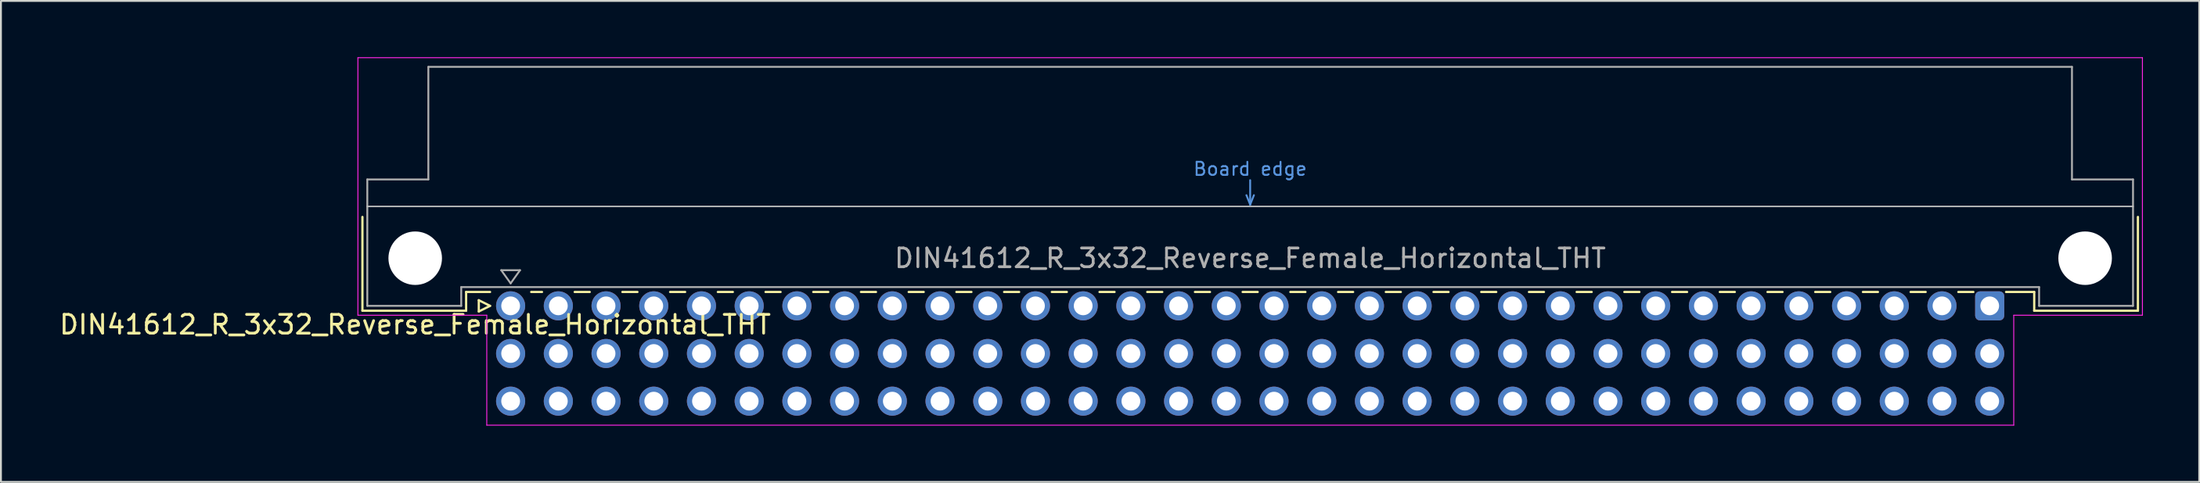
<source format=kicad_pcb>
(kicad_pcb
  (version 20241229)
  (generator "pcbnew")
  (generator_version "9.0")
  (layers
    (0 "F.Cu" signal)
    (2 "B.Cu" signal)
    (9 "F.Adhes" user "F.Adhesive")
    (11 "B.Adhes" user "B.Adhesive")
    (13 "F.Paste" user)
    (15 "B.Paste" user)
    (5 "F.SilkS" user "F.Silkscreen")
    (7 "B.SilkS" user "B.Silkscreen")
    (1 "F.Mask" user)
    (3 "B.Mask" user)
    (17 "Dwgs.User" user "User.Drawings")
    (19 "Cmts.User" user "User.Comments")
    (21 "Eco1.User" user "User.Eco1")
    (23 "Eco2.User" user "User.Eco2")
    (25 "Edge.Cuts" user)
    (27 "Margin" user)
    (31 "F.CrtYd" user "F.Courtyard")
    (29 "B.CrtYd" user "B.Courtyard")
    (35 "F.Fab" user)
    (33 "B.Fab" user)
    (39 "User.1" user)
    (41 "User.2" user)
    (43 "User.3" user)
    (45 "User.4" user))
  (footprint "DIN41612_R_3x32_Reverse_Female_Horizontal_THT"
    (layer "F.Cu")
    (at 24.134 13.255)
    (property "Reference" "DIN41612_R_3x32_Reverse_Female_Horizontal_THT" (at -5.08 1 0) (layer "F.SilkS") (effects (font (size 1 1) (thickness 0.15))))
    (attr through_hole)
    (fp_line (start -7.89 -4.74) (end -7.89 0.26) (stroke (width 0.12) (type solid)) (layer "F.SilkS"))
    (fp_line (start -7.89 0.26) (end -2.37 0.26) (stroke (width 0.12) (type solid)) (layer "F.SilkS"))
    (fp_line (start -2.371 -0.74) (end -1.095 -0.74) (stroke (width 0.12) (type solid)) (layer "F.SilkS"))
    (fp_line (start -2.37 0.26) (end -2.37 -0.74) (stroke (width 0.12) (type solid)) (layer "F.SilkS"))
    (fp_line (start -1.695 -0.3) (end -1.695 0.3) (stroke (width 0.12) (type solid)) (layer "F.SilkS"))
    (fp_line (start -1.695 0.3) (end -1.095 0) (stroke (width 0.12) (type solid)) (layer "F.SilkS"))
    (fp_line (start -1.095 0) (end -1.695 -0.3) (stroke (width 0.12) (type solid)) (layer "F.SilkS"))
    (fp_line (start 1.095 -0.74) (end 1.671 -0.74) (stroke (width 0.12) (type solid)) (layer "F.SilkS"))
    (fp_line (start 3.41 -0.74) (end 4.211 -0.74) (stroke (width 0.12) (type solid)) (layer "F.SilkS"))
    (fp_line (start 5.95 -0.74) (end 6.751 -0.74) (stroke (width 0.12) (type solid)) (layer "F.SilkS"))
    (fp_line (start 8.49 -0.74) (end 9.291 -0.74) (stroke (width 0.12) (type solid)) (layer "F.SilkS"))
    (fp_line (start 11.03 -0.74) (end 11.831 -0.74) (stroke (width 0.12) (type solid)) (layer "F.SilkS"))
    (fp_line (start 13.57 -0.74) (end 14.371 -0.74) (stroke (width 0.12) (type solid)) (layer "F.SilkS"))
    (fp_line (start 16.11 -0.74) (end 16.911 -0.74) (stroke (width 0.12) (type solid)) (layer "F.SilkS"))
    (fp_line (start 18.65 -0.74) (end 19.451 -0.74) (stroke (width 0.12) (type solid)) (layer "F.SilkS"))
    (fp_line (start 21.19 -0.74) (end 21.991 -0.74) (stroke (width 0.12) (type solid)) (layer "F.SilkS"))
    (fp_line (start 23.73 -0.74) (end 24.531 -0.74) (stroke (width 0.12) (type solid)) (layer "F.SilkS"))
    (fp_line (start 26.27 -0.74) (end 27.071 -0.74) (stroke (width 0.12) (type solid)) (layer "F.SilkS"))
    (fp_line (start 28.81 -0.74) (end 29.611 -0.74) (stroke (width 0.12) (type solid)) (layer "F.SilkS"))
    (fp_line (start 31.35 -0.74) (end 32.151 -0.74) (stroke (width 0.12) (type solid)) (layer "F.SilkS"))
    (fp_line (start 33.89 -0.74) (end 34.691 -0.74) (stroke (width 0.12) (type solid)) (layer "F.SilkS"))
    (fp_line (start 36.43 -0.74) (end 37.231 -0.74) (stroke (width 0.12) (type solid)) (layer "F.SilkS"))
    (fp_line (start 38.97 -0.74) (end 39.771 -0.74) (stroke (width 0.12) (type solid)) (layer "F.SilkS"))
    (fp_line (start 41.51 -0.74) (end 42.311 -0.74) (stroke (width 0.12) (type solid)) (layer "F.SilkS"))
    (fp_line (start 44.05 -0.74) (end 44.851 -0.74) (stroke (width 0.12) (type solid)) (layer "F.SilkS"))
    (fp_line (start 46.59 -0.74) (end 47.391 -0.74) (stroke (width 0.12) (type solid)) (layer "F.SilkS"))
    (fp_line (start 49.13 -0.74) (end 49.931 -0.74) (stroke (width 0.12) (type solid)) (layer "F.SilkS"))
    (fp_line (start 51.67 -0.74) (end 52.471 -0.74) (stroke (width 0.12) (type solid)) (layer "F.SilkS"))
    (fp_line (start 54.21 -0.74) (end 55.011 -0.74) (stroke (width 0.12) (type solid)) (layer "F.SilkS"))
    (fp_line (start 56.75 -0.74) (end 57.551 -0.74) (stroke (width 0.12) (type solid)) (layer "F.SilkS"))
    (fp_line (start 59.29 -0.74) (end 60.091 -0.74) (stroke (width 0.12) (type solid)) (layer "F.SilkS"))
    (fp_line (start 61.83 -0.74) (end 62.631 -0.74) (stroke (width 0.12) (type solid)) (layer "F.SilkS"))
    (fp_line (start 64.37 -0.74) (end 65.171 -0.74) (stroke (width 0.12) (type solid)) (layer "F.SilkS"))
    (fp_line (start 66.91 -0.74) (end 67.711 -0.74) (stroke (width 0.12) (type solid)) (layer "F.SilkS"))
    (fp_line (start 69.45 -0.74) (end 70.251 -0.74) (stroke (width 0.12) (type solid)) (layer "F.SilkS"))
    (fp_line (start 71.99 -0.74) (end 72.791 -0.74) (stroke (width 0.12) (type solid)) (layer "F.SilkS"))
    (fp_line (start 74.53 -0.74) (end 75.331 -0.74) (stroke (width 0.12) (type solid)) (layer "F.SilkS"))
    (fp_line (start 77.07 -0.74) (end 77.871 -0.74) (stroke (width 0.12) (type solid)) (layer "F.SilkS"))
    (fp_line (start 79.61 -0.74) (end 81.11 -0.74) (stroke (width 0.12) (type solid)) (layer "F.SilkS"))
    (fp_line (start 81.11 0.26) (end 81.11 -0.74) (stroke (width 0.12) (type solid)) (layer "F.SilkS"))
    (fp_line (start 86.63 -4.74) (end 86.63 0.26) (stroke (width 0.12) (type solid)) (layer "F.SilkS"))
    (fp_line (start 86.63 0.26) (end 81.11 0.26) (stroke (width 0.12) (type solid)) (layer "F.SilkS"))
    (fp_line (start -7.63 -5.3) (end 86.37 -5.3) (stroke (width 0.08) (type solid)) (layer "Dwgs.User"))
    (fp_line (start 39.17 -5.9) (end 39.37 -5.4) (stroke (width 0.1) (type solid)) (layer "Cmts.User"))
    (fp_line (start 39.37 -5.4) (end 39.37 -6.7) (stroke (width 0.1) (type solid)) (layer "Cmts.User"))
    (fp_line (start 39.37 -5.4) (end 39.57 -5.9) (stroke (width 0.1) (type solid)) (layer "Cmts.User"))
    (fp_line (start -8.13 -13.23) (end -8.13 0.5) (stroke (width 0.05) (type solid)) (layer "F.CrtYd"))
    (fp_line (start -8.13 0.5) (end -1.27 0.5) (stroke (width 0.05) (type solid)) (layer "F.CrtYd"))
    (fp_line (start -1.27 0.5) (end -1.27 6.36) (stroke (width 0.05) (type solid)) (layer "F.CrtYd"))
    (fp_line (start -1.27 6.36) (end 80.02 6.36) (stroke (width 0.05) (type solid)) (layer "F.CrtYd"))
    (fp_line (start 80.02 0.5) (end 86.87 0.5) (stroke (width 0.05) (type solid)) (layer "F.CrtYd"))
    (fp_line (start 80.02 6.36) (end 80.02 0.5) (stroke (width 0.05) (type solid)) (layer "F.CrtYd"))
    (fp_line (start 86.87 -13.23) (end -8.13 -13.23) (stroke (width 0.05) (type solid)) (layer "F.CrtYd"))
    (fp_line (start 86.87 0.5) (end 86.87 -13.23) (stroke (width 0.05) (type solid)) (layer "F.CrtYd"))
    (fp_line (start -7.63 -6.74) (end -7.63 0) (stroke (width 0.1) (type solid)) (layer "F.Fab"))
    (fp_line (start -7.63 0) (end -2.63 0) (stroke (width 0.1) (type solid)) (layer "F.Fab"))
    (fp_line (start -4.38 -12.74) (end -4.38 -6.74) (stroke (width 0.1) (type solid)) (layer "F.Fab"))
    (fp_line (start -4.38 -6.74) (end -7.63 -6.74) (stroke (width 0.1) (type solid)) (layer "F.Fab"))
    (fp_line (start -2.63 -1) (end 81.37 -1) (stroke (width 0.1) (type solid)) (layer "F.Fab"))
    (fp_line (start -2.63 0) (end -2.63 -1) (stroke (width 0.1) (type solid)) (layer "F.Fab"))
    (fp_line (start -0.5 -1.9) (end 0.5 -1.9) (stroke (width 0.1) (type solid)) (layer "F.Fab"))
    (fp_line (start 0 -1.2) (end -0.5 -1.9) (stroke (width 0.1) (type solid)) (layer "F.Fab"))
    (fp_line (start 0.5 -1.9) (end 0 -1.2) (stroke (width 0.1) (type solid)) (layer "F.Fab"))
    (fp_line (start 81.37 -1) (end 81.37 0) (stroke (width 0.1) (type solid)) (layer "F.Fab"))
    (fp_line (start 81.37 0) (end 86.37 0) (stroke (width 0.1) (type solid)) (layer "F.Fab"))
    (fp_line (start 83.12 -12.74) (end -4.38 -12.74) (stroke (width 0.1) (type solid)) (layer "F.Fab"))
    (fp_line (start 83.12 -6.74) (end 83.12 -12.74) (stroke (width 0.1) (type solid)) (layer "F.Fab"))
    (fp_line (start 86.37 -6.74) (end 83.12 -6.74) (stroke (width 0.1) (type solid)) (layer "F.Fab"))
    (fp_line (start 86.37 0) (end 86.37 -6.74) (stroke (width 0.1) (type solid)) (layer "F.Fab"))
    (fp_text user "Board edge" (at 39.37 -7.3 0) (layer "Cmts.User") (effects (font (size 0.7 0.7) (thickness 0.1))))
    (fp_text user "${REFERENCE}" (at 39.37 -2.54 0) (layer "F.Fab") (effects (font (size 1 1) (thickness 0.15))))
    (pad "" np_thru_hole circle (at -5.08 -2.54) (size 2.85 2.85) (drill 2.85) (layers "*.Cu" "*.Mask"))
    (pad "" np_thru_hole circle (at 83.82 -2.54) (size 2.85 2.85) (drill 2.85) (layers "*.Cu" "*.Mask"))
    (pad "a1" thru_hole roundrect (at 78.74 0) (size 1.55 1.55) (drill 1) (layers "*.Cu" "*.Mask") (roundrect_rratio 0.161))
    (pad "a2" thru_hole circle (at 76.2 0) (size 1.55 1.55) (drill 1) (layers "*.Cu" "*.Mask"))
    (pad "a3" thru_hole circle (at 73.66 0) (size 1.55 1.55) (drill 1) (layers "*.Cu" "*.Mask"))
    (pad "a4" thru_hole circle (at 71.12 0) (size 1.55 1.55) (drill 1) (layers "*.Cu" "*.Mask"))
    (pad "a5" thru_hole circle (at 68.58 0) (size 1.55 1.55) (drill 1) (layers "*.Cu" "*.Mask"))
    (pad "a6" thru_hole circle (at 66.04 0) (size 1.55 1.55) (drill 1) (layers "*.Cu" "*.Mask"))
    (pad "a7" thru_hole circle (at 63.5 0) (size 1.55 1.55) (drill 1) (layers "*.Cu" "*.Mask"))
    (pad "a8" thru_hole circle (at 60.96 0) (size 1.55 1.55) (drill 1) (layers "*.Cu" "*.Mask"))
    (pad "a9" thru_hole circle (at 58.42 0) (size 1.55 1.55) (drill 1) (layers "*.Cu" "*.Mask"))
    (pad "a10" thru_hole circle (at 55.88 0) (size 1.55 1.55) (drill 1) (layers "*.Cu" "*.Mask"))
    (pad "a11" thru_hole circle (at 53.34 0) (size 1.55 1.55) (drill 1) (layers "*.Cu" "*.Mask"))
    (pad "a12" thru_hole circle (at 50.8 0) (size 1.55 1.55) (drill 1) (layers "*.Cu" "*.Mask"))
    (pad "a13" thru_hole circle (at 48.26 0) (size 1.55 1.55) (drill 1) (layers "*.Cu" "*.Mask"))
    (pad "a14" thru_hole circle (at 45.72 0) (size 1.55 1.55) (drill 1) (layers "*.Cu" "*.Mask"))
    (pad "a15" thru_hole circle (at 43.18 0) (size 1.55 1.55) (drill 1) (layers "*.Cu" "*.Mask"))
    (pad "a16" thru_hole circle (at 40.64 0) (size 1.55 1.55) (drill 1) (layers "*.Cu" "*.Mask"))
    (pad "a17" thru_hole circle (at 38.1 0) (size 1.55 1.55) (drill 1) (layers "*.Cu" "*.Mask"))
    (pad "a18" thru_hole circle (at 35.56 0) (size 1.55 1.55) (drill 1) (layers "*.Cu" "*.Mask"))
    (pad "a19" thru_hole circle (at 33.02 0) (size 1.55 1.55) (drill 1) (layers "*.Cu" "*.Mask"))
    (pad "a20" thru_hole circle (at 30.48 0) (size 1.55 1.55) (drill 1) (layers "*.Cu" "*.Mask"))
    (pad "a21" thru_hole circle (at 27.94 0) (size 1.55 1.55) (drill 1) (layers "*.Cu" "*.Mask"))
    (pad "a22" thru_hole circle (at 25.4 0) (size 1.55 1.55) (drill 1) (layers "*.Cu" "*.Mask"))
    (pad "a23" thru_hole circle (at 22.86 0) (size 1.55 1.55) (drill 1) (layers "*.Cu" "*.Mask"))
    (pad "a24" thru_hole circle (at 20.32 0) (size 1.55 1.55) (drill 1) (layers "*.Cu" "*.Mask"))
    (pad "a25" thru_hole circle (at 17.78 0) (size 1.55 1.55) (drill 1) (layers "*.Cu" "*.Mask"))
    (pad "a26" thru_hole circle (at 15.24 0) (size 1.55 1.55) (drill 1) (layers "*.Cu" "*.Mask"))
    (pad "a27" thru_hole circle (at 12.7 0) (size 1.55 1.55) (drill 1) (layers "*.Cu" "*.Mask"))
    (pad "a28" thru_hole circle (at 10.16 0) (size 1.55 1.55) (drill 1) (layers "*.Cu" "*.Mask"))
    (pad "a29" thru_hole circle (at 7.62 0) (size 1.55 1.55) (drill 1) (layers "*.Cu" "*.Mask"))
    (pad "a30" thru_hole circle (at 5.08 0) (size 1.55 1.55) (drill 1) (layers "*.Cu" "*.Mask"))
    (pad "a31" thru_hole circle (at 2.54 0) (size 1.55 1.55) (drill 1) (layers "*.Cu" "*.Mask"))
    (pad "a32" thru_hole circle (at 0 0) (size 1.55 1.55) (drill 1) (layers "*.Cu" "*.Mask"))
    (pad "b1" thru_hole circle (at 78.74 2.54) (size 1.55 1.55) (drill 1) (layers "*.Cu" "*.Mask"))
    (pad "b2" thru_hole circle (at 76.2 2.54) (size 1.55 1.55) (drill 1) (layers "*.Cu" "*.Mask"))
    (pad "b3" thru_hole circle (at 73.66 2.54) (size 1.55 1.55) (drill 1) (layers "*.Cu" "*.Mask"))
    (pad "b4" thru_hole circle (at 71.12 2.54) (size 1.55 1.55) (drill 1) (layers "*.Cu" "*.Mask"))
    (pad "b5" thru_hole circle (at 68.58 2.54) (size 1.55 1.55) (drill 1) (layers "*.Cu" "*.Mask"))
    (pad "b6" thru_hole circle (at 66.04 2.54) (size 1.55 1.55) (drill 1) (layers "*.Cu" "*.Mask"))
    (pad "b7" thru_hole circle (at 63.5 2.54) (size 1.55 1.55) (drill 1) (layers "*.Cu" "*.Mask"))
    (pad "b8" thru_hole circle (at 60.96 2.54) (size 1.55 1.55) (drill 1) (layers "*.Cu" "*.Mask"))
    (pad "b9" thru_hole circle (at 58.42 2.54) (size 1.55 1.55) (drill 1) (layers "*.Cu" "*.Mask"))
    (pad "b10" thru_hole circle (at 55.88 2.54) (size 1.55 1.55) (drill 1) (layers "*.Cu" "*.Mask"))
    (pad "b11" thru_hole circle (at 53.34 2.54) (size 1.55 1.55) (drill 1) (layers "*.Cu" "*.Mask"))
    (pad "b12" thru_hole circle (at 50.8 2.54) (size 1.55 1.55) (drill 1) (layers "*.Cu" "*.Mask"))
    (pad "b13" thru_hole circle (at 48.26 2.54) (size 1.55 1.55) (drill 1) (layers "*.Cu" "*.Mask"))
    (pad "b14" thru_hole circle (at 45.72 2.54) (size 1.55 1.55) (drill 1) (layers "*.Cu" "*.Mask"))
    (pad "b15" thru_hole circle (at 43.18 2.54) (size 1.55 1.55) (drill 1) (layers "*.Cu" "*.Mask"))
    (pad "b16" thru_hole circle (at 40.64 2.54) (size 1.55 1.55) (drill 1) (layers "*.Cu" "*.Mask"))
    (pad "b17" thru_hole circle (at 38.1 2.54) (size 1.55 1.55) (drill 1) (layers "*.Cu" "*.Mask"))
    (pad "b18" thru_hole circle (at 35.56 2.54) (size 1.55 1.55) (drill 1) (layers "*.Cu" "*.Mask"))
    (pad "b19" thru_hole circle (at 33.02 2.54) (size 1.55 1.55) (drill 1) (layers "*.Cu" "*.Mask"))
    (pad "b20" thru_hole circle (at 30.48 2.54) (size 1.55 1.55) (drill 1) (layers "*.Cu" "*.Mask"))
    (pad "b21" thru_hole circle (at 27.94 2.54) (size 1.55 1.55) (drill 1) (layers "*.Cu" "*.Mask"))
    (pad "b22" thru_hole circle (at 25.4 2.54) (size 1.55 1.55) (drill 1) (layers "*.Cu" "*.Mask"))
    (pad "b23" thru_hole circle (at 22.86 2.54) (size 1.55 1.55) (drill 1) (layers "*.Cu" "*.Mask"))
    (pad "b24" thru_hole circle (at 20.32 2.54) (size 1.55 1.55) (drill 1) (layers "*.Cu" "*.Mask"))
    (pad "b25" thru_hole circle (at 17.78 2.54) (size 1.55 1.55) (drill 1) (layers "*.Cu" "*.Mask"))
    (pad "b26" thru_hole circle (at 15.24 2.54) (size 1.55 1.55) (drill 1) (layers "*.Cu" "*.Mask"))
    (pad "b27" thru_hole circle (at 12.7 2.54) (size 1.55 1.55) (drill 1) (layers "*.Cu" "*.Mask"))
    (pad "b28" thru_hole circle (at 10.16 2.54) (size 1.55 1.55) (drill 1) (layers "*.Cu" "*.Mask"))
    (pad "b29" thru_hole circle (at 7.62 2.54) (size 1.55 1.55) (drill 1) (layers "*.Cu" "*.Mask"))
    (pad "b30" thru_hole circle (at 5.08 2.54) (size 1.55 1.55) (drill 1) (layers "*.Cu" "*.Mask"))
    (pad "b31" thru_hole circle (at 2.54 2.54) (size 1.55 1.55) (drill 1) (layers "*.Cu" "*.Mask"))
    (pad "b32" thru_hole circle (at 0 2.54) (size 1.55 1.55) (drill 1) (layers "*.Cu" "*.Mask"))
    (pad "c1" thru_hole circle (at 78.74 5.08) (size 1.55 1.55) (drill 1) (layers "*.Cu" "*.Mask"))
    (pad "c2" thru_hole circle (at 76.2 5.08) (size 1.55 1.55) (drill 1) (layers "*.Cu" "*.Mask"))
    (pad "c3" thru_hole circle (at 73.66 5.08) (size 1.55 1.55) (drill 1) (layers "*.Cu" "*.Mask"))
    (pad "c4" thru_hole circle (at 71.12 5.08) (size 1.55 1.55) (drill 1) (layers "*.Cu" "*.Mask"))
    (pad "c5" thru_hole circle (at 68.58 5.08) (size 1.55 1.55) (drill 1) (layers "*.Cu" "*.Mask"))
    (pad "c6" thru_hole circle (at 66.04 5.08) (size 1.55 1.55) (drill 1) (layers "*.Cu" "*.Mask"))
    (pad "c7" thru_hole circle (at 63.5 5.08) (size 1.55 1.55) (drill 1) (layers "*.Cu" "*.Mask"))
    (pad "c8" thru_hole circle (at 60.96 5.08) (size 1.55 1.55) (drill 1) (layers "*.Cu" "*.Mask"))
    (pad "c9" thru_hole circle (at 58.42 5.08) (size 1.55 1.55) (drill 1) (layers "*.Cu" "*.Mask"))
    (pad "c10" thru_hole circle (at 55.88 5.08) (size 1.55 1.55) (drill 1) (layers "*.Cu" "*.Mask"))
    (pad "c11" thru_hole circle (at 53.34 5.08) (size 1.55 1.55) (drill 1) (layers "*.Cu" "*.Mask"))
    (pad "c12" thru_hole circle (at 50.8 5.08) (size 1.55 1.55) (drill 1) (layers "*.Cu" "*.Mask"))
    (pad "c13" thru_hole circle (at 48.26 5.08) (size 1.55 1.55) (drill 1) (layers "*.Cu" "*.Mask"))
    (pad "c14" thru_hole circle (at 45.72 5.08) (size 1.55 1.55) (drill 1) (layers "*.Cu" "*.Mask"))
    (pad "c15" thru_hole circle (at 43.18 5.08) (size 1.55 1.55) (drill 1) (layers "*.Cu" "*.Mask"))
    (pad "c16" thru_hole circle (at 40.64 5.08) (size 1.55 1.55) (drill 1) (layers "*.Cu" "*.Mask"))
    (pad "c17" thru_hole circle (at 38.1 5.08) (size 1.55 1.55) (drill 1) (layers "*.Cu" "*.Mask"))
    (pad "c18" thru_hole circle (at 35.56 5.08) (size 1.55 1.55) (drill 1) (layers "*.Cu" "*.Mask"))
    (pad "c19" thru_hole circle (at 33.02 5.08) (size 1.55 1.55) (drill 1) (layers "*.Cu" "*.Mask"))
    (pad "c20" thru_hole circle (at 30.48 5.08) (size 1.55 1.55) (drill 1) (layers "*.Cu" "*.Mask"))
    (pad "c21" thru_hole circle (at 27.94 5.08) (size 1.55 1.55) (drill 1) (layers "*.Cu" "*.Mask"))
    (pad "c22" thru_hole circle (at 25.4 5.08) (size 1.55 1.55) (drill 1) (layers "*.Cu" "*.Mask"))
    (pad "c23" thru_hole circle (at 22.86 5.08) (size 1.55 1.55) (drill 1) (layers "*.Cu" "*.Mask"))
    (pad "c24" thru_hole circle (at 20.32 5.08) (size 1.55 1.55) (drill 1) (layers "*.Cu" "*.Mask"))
    (pad "c25" thru_hole circle (at 17.78 5.08) (size 1.55 1.55) (drill 1) (layers "*.Cu" "*.Mask"))
    (pad "c26" thru_hole circle (at 15.24 5.08) (size 1.55 1.55) (drill 1) (layers "*.Cu" "*.Mask"))
    (pad "c27" thru_hole circle (at 12.7 5.08) (size 1.55 1.55) (drill 1) (layers "*.Cu" "*.Mask"))
    (pad "c28" thru_hole circle (at 10.16 5.08) (size 1.55 1.55) (drill 1) (layers "*.Cu" "*.Mask"))
    (pad "c29" thru_hole circle (at 7.62 5.08) (size 1.55 1.55) (drill 1) (layers "*.Cu" "*.Mask"))
    (pad "c30" thru_hole circle (at 5.08 5.08) (size 1.55 1.55) (drill 1) (layers "*.Cu" "*.Mask"))
    (pad "c31" thru_hole circle (at 2.54 5.08) (size 1.55 1.55) (drill 1) (layers "*.Cu" "*.Mask"))
    (pad "c32" thru_hole circle (at 0 5.08) (size 1.55 1.55) (drill 1) (layers "*.Cu" "*.Mask")))
  (gr_rect
    (start -3 -3)
    (end 114.029 22.64)
    (stroke (width 0.1) (type default))
    (fill no)
    (layer "Edge.Cuts")))
</source>
